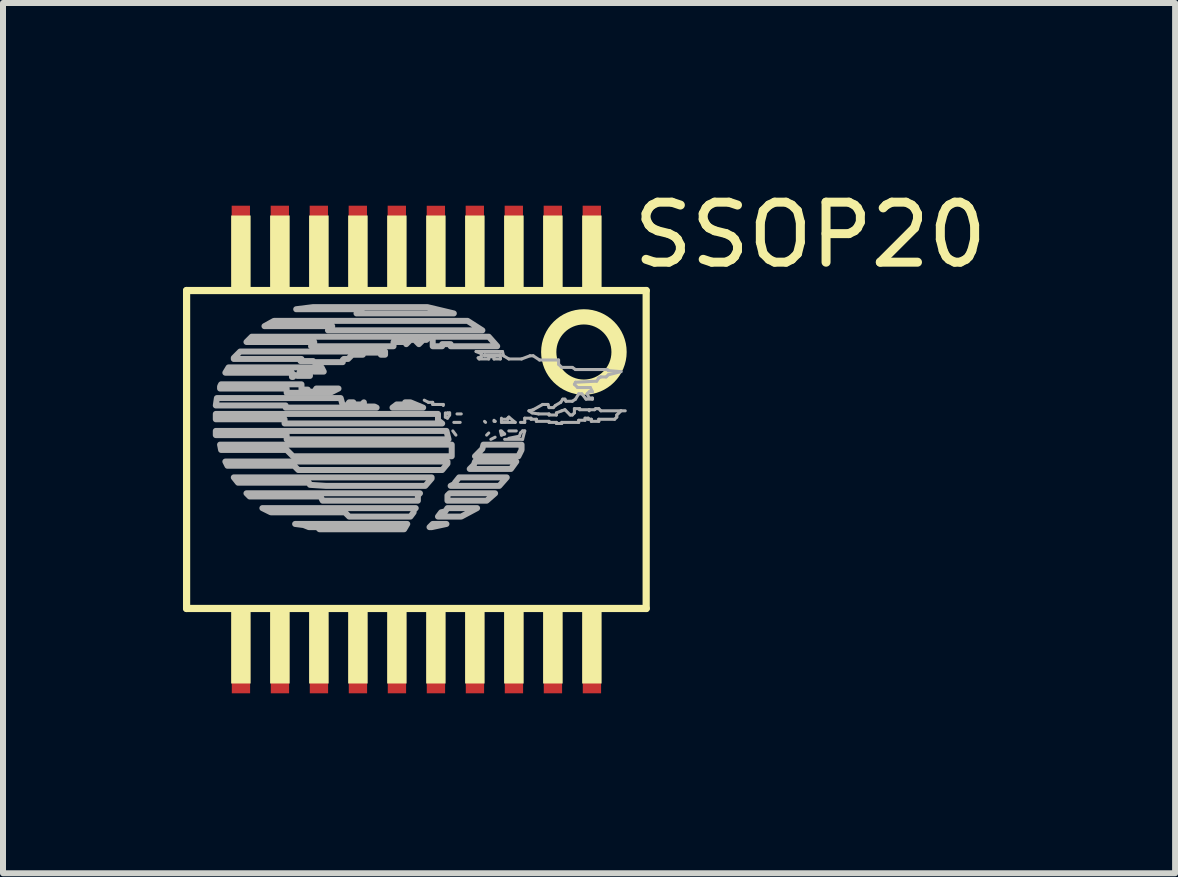
<source format=kicad_pcb>
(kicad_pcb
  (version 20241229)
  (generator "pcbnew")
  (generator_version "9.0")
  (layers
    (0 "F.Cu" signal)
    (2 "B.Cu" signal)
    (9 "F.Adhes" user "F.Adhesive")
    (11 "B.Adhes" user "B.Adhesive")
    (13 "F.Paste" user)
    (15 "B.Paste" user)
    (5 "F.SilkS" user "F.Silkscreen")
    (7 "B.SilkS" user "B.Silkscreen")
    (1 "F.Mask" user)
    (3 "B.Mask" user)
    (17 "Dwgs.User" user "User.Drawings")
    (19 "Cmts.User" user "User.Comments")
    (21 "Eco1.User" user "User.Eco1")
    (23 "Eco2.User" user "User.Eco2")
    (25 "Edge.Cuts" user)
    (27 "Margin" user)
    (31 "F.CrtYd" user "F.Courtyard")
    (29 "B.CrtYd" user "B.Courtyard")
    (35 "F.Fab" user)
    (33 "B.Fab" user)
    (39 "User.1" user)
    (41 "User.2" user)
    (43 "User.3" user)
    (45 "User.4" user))
  (footprint "SSOP20"
    (layer "F.Cu")
    (at 3.89 4.442)
    (property "Reference" "SSOP20" (at 3.539 -2.992 180) (layer "F.SilkS") (effects (font (size 1 1) (thickness 0.15)) (justify left bottom)))
    (attr through_hole)
    (fp_line (start -3.83 -2.65) (end -3.83 2.65) (stroke (width 0.12) (type solid)) (layer "F.SilkS"))
    (fp_line (start -3.83 -2.65) (end 3.83 -2.65) (stroke (width 0.12) (type solid)) (layer "F.SilkS"))
    (fp_line (start -3.83 2.65) (end 3.83 2.65) (stroke (width 0.12) (type solid)) (layer "F.SilkS"))
    (fp_line (start 3.83 2.65) (end 3.83 -2.65) (stroke (width 0.12) (type solid)) (layer "F.SilkS"))
    (fp_circle (center 2.792 -1.625) (end 3.378 -1.625) (stroke (width 0.254) (type solid)) (fill no) (layer "F.SilkS"))
    (fp_poly (pts (xy -3.087 -2.6) (xy -2.763 -2.6) (xy -2.763 -3.9) (xy -3.087 -3.9)) (stroke (width 0) (type solid)) (fill yes) (layer "F.SilkS"))
    (fp_poly (pts (xy -3.087 3.9) (xy -2.763 3.9) (xy -2.763 2.6) (xy -3.087 2.6)) (stroke (width 0) (type solid)) (fill yes) (layer "F.SilkS"))
    (fp_poly (pts (xy -2.438 -2.6) (xy -2.112 -2.6) (xy -2.112 -3.9) (xy -2.438 -3.9)) (stroke (width 0) (type solid)) (fill yes) (layer "F.SilkS"))
    (fp_poly (pts (xy -2.438 3.9) (xy -2.112 3.9) (xy -2.112 2.6) (xy -2.438 2.6)) (stroke (width 0) (type solid)) (fill yes) (layer "F.SilkS"))
    (fp_poly (pts (xy -1.788 -2.6) (xy -1.462 -2.6) (xy -1.462 -3.9) (xy -1.788 -3.9)) (stroke (width 0) (type solid)) (fill yes) (layer "F.SilkS"))
    (fp_poly (pts (xy -1.788 3.9) (xy -1.462 3.9) (xy -1.462 2.6) (xy -1.788 2.6)) (stroke (width 0) (type solid)) (fill yes) (layer "F.SilkS"))
    (fp_poly (pts (xy -1.137 -2.6) (xy -0.812 -2.6) (xy -0.812 -3.9) (xy -1.137 -3.9)) (stroke (width 0) (type solid)) (fill yes) (layer "F.SilkS"))
    (fp_poly (pts (xy -1.137 3.9) (xy -0.812 3.9) (xy -0.812 2.6) (xy -1.137 2.6)) (stroke (width 0) (type solid)) (fill yes) (layer "F.SilkS"))
    (fp_poly (pts (xy -0.487 -2.6) (xy -0.163 -2.6) (xy -0.163 -3.9) (xy -0.487 -3.9)) (stroke (width 0) (type solid)) (fill yes) (layer "F.SilkS"))
    (fp_poly (pts (xy -0.487 3.9) (xy -0.163 3.9) (xy -0.163 2.6) (xy -0.487 2.6)) (stroke (width 0) (type solid)) (fill yes) (layer "F.SilkS"))
    (fp_poly (pts (xy 0.163 -2.6) (xy 0.487 -2.6) (xy 0.487 -3.9) (xy 0.163 -3.9)) (stroke (width 0) (type solid)) (fill yes) (layer "F.SilkS"))
    (fp_poly (pts (xy 0.163 3.9) (xy 0.487 3.9) (xy 0.487 2.6) (xy 0.163 2.6)) (stroke (width 0) (type solid)) (fill yes) (layer "F.SilkS"))
    (fp_poly (pts (xy 0.812 -2.6) (xy 1.137 -2.6) (xy 1.137 -3.9) (xy 0.812 -3.9)) (stroke (width 0) (type solid)) (fill yes) (layer "F.SilkS"))
    (fp_poly (pts (xy 0.812 3.9) (xy 1.137 3.9) (xy 1.137 2.6) (xy 0.812 2.6)) (stroke (width 0) (type solid)) (fill yes) (layer "F.SilkS"))
    (fp_poly (pts (xy 1.462 -2.6) (xy 1.788 -2.6) (xy 1.788 -3.9) (xy 1.462 -3.9)) (stroke (width 0) (type solid)) (fill yes) (layer "F.SilkS"))
    (fp_poly (pts (xy 1.462 3.9) (xy 1.788 3.9) (xy 1.788 2.6) (xy 1.462 2.6)) (stroke (width 0) (type solid)) (fill yes) (layer "F.SilkS"))
    (fp_poly (pts (xy 2.112 -2.6) (xy 2.438 -2.6) (xy 2.438 -3.9) (xy 2.112 -3.9)) (stroke (width 0) (type solid)) (fill yes) (layer "F.SilkS"))
    (fp_poly (pts (xy 2.112 3.9) (xy 2.438 3.9) (xy 2.438 2.6) (xy 2.112 2.6)) (stroke (width 0) (type solid)) (fill yes) (layer "F.SilkS"))
    (fp_poly (pts (xy 2.763 -2.6) (xy 3.087 -2.6) (xy 3.087 -3.9) (xy 2.763 -3.9)) (stroke (width 0) (type solid)) (fill yes) (layer "F.SilkS"))
    (fp_poly (pts (xy 2.763 3.9) (xy 3.087 3.9) (xy 3.087 2.6) (xy 2.763 2.6)) (stroke (width 0) (type solid)) (fill yes) (layer "F.SilkS"))
    (fp_line (start 0.201 -0.786) (end 0.131 -0.822) (stroke (width 0.051) (type solid)) (layer "F.Fab"))
    (fp_line (start 0.272 -0.786) (end 0.201 -0.786) (stroke (width 0.051) (type solid)) (layer "F.Fab"))
    (fp_line (start 0.272 -0.751) (end 0.272 -0.786) (stroke (width 0.051) (type solid)) (layer "F.Fab"))
    (fp_line (start 0.448 -0.751) (end 0.272 -0.751) (stroke (width 0.051) (type solid)) (layer "F.Fab"))
    (fp_line (start 0.448 -0.734) (end 0.448 -0.751) (stroke (width 0.051) (type solid)) (layer "F.Fab"))
    (fp_line (start 0.483 -0.61) (end 0.483 -0.54) (stroke (width 0.051) (type solid)) (layer "F.Fab"))
    (fp_line (start 0.483 -0.54) (end 0.518 -0.522) (stroke (width 0.051) (type solid)) (layer "F.Fab"))
    (fp_line (start 0.518 -0.61) (end 0.518 -0.593) (stroke (width 0.051) (type solid)) (layer "F.Fab"))
    (fp_line (start 0.518 -0.522) (end 0.554 -0.575) (stroke (width 0.051) (type solid)) (layer "F.Fab"))
    (fp_line (start 0.554 -0.61) (end 0.518 -0.61) (stroke (width 0.051) (type solid)) (layer "F.Fab"))
    (fp_line (start 0.554 -0.575) (end 0.554 -0.61) (stroke (width 0.051) (type solid)) (layer "F.Fab"))
    (fp_line (start 0.607 -0.31) (end 0.659 -0.24) (stroke (width 0.051) (type solid)) (layer "F.Fab"))
    (fp_line (start 0.624 -0.452) (end 0.73 -0.452) (stroke (width 0.051) (type solid)) (layer "F.Fab"))
    (fp_line (start 0.677 -0.593) (end 0.748 -0.593) (stroke (width 0.051) (type solid)) (layer "F.Fab"))
    (fp_line (start 0.995 -1.633) (end 1.083 -1.598) (stroke (width 0.051) (type solid)) (layer "F.Fab"))
    (fp_line (start 1.03 -1.527) (end 1.047 -1.509) (stroke (width 0.051) (type solid)) (layer "F.Fab"))
    (fp_line (start 1.047 -1.509) (end 1.206 -1.509) (stroke (width 0.051) (type solid)) (layer "F.Fab"))
    (fp_line (start 1.083 -1.598) (end 1.083 -1.545) (stroke (width 0.051) (type solid)) (layer "F.Fab"))
    (fp_line (start 1.083 -1.545) (end 1.03 -1.527) (stroke (width 0.051) (type solid)) (layer "F.Fab"))
    (fp_line (start 1.136 -1.58) (end 1.136 -1.562) (stroke (width 0.051) (type solid)) (layer "F.Fab"))
    (fp_line (start 1.136 -1.562) (end 1.365 -1.562) (stroke (width 0.051) (type solid)) (layer "F.Fab"))
    (fp_line (start 1.136 -0.469) (end 1.153 -0.452) (stroke (width 0.051) (type solid)) (layer "F.Fab"))
    (fp_line (start 1.206 -1.545) (end 1.294 -1.545) (stroke (width 0.051) (type solid)) (layer "F.Fab"))
    (fp_line (start 1.206 -1.509) (end 1.206 -1.545) (stroke (width 0.051) (type solid)) (layer "F.Fab"))
    (fp_line (start 1.206 -0.275) (end 1.171 -0.24) (stroke (width 0.051) (type solid)) (layer "F.Fab"))
    (fp_line (start 1.241 -0.169) (end 1.312 -0.205) (stroke (width 0.051) (type solid)) (layer "F.Fab"))
    (fp_line (start 1.294 -1.545) (end 1.294 -1.509) (stroke (width 0.051) (type solid)) (layer "F.Fab"))
    (fp_line (start 1.294 -1.509) (end 1.4 -1.509) (stroke (width 0.051) (type solid)) (layer "F.Fab"))
    (fp_line (start 1.294 -0.487) (end 1.312 -0.469) (stroke (width 0.051) (type solid)) (layer "F.Fab"))
    (fp_line (start 1.312 -0.469) (end 1.294 -0.469) (stroke (width 0.051) (type solid)) (layer "F.Fab"))
    (fp_line (start 1.4 -1.58) (end 1.136 -1.58) (stroke (width 0.051) (type solid)) (layer "F.Fab"))
    (fp_line (start 1.4 -1.509) (end 1.4 -1.58) (stroke (width 0.051) (type solid)) (layer "F.Fab"))
    (fp_line (start 1.4 -0.31) (end 1.418 -0.24) (stroke (width 0.051) (type solid)) (layer "F.Fab"))
    (fp_line (start 1.418 -0.522) (end 1.418 -0.452) (stroke (width 0.051) (type solid)) (layer "F.Fab"))
    (fp_line (start 1.418 -0.452) (end 1.647 -0.452) (stroke (width 0.051) (type solid)) (layer "F.Fab"))
    (fp_line (start 1.418 -0.24) (end 1.471 -0.258) (stroke (width 0.051) (type solid)) (layer "F.Fab"))
    (fp_line (start 1.435 -1.633) (end 0.995 -1.633) (stroke (width 0.051) (type solid)) (layer "F.Fab"))
    (fp_line (start 1.453 -1.562) (end 1.435 -1.633) (stroke (width 0.051) (type solid)) (layer "F.Fab"))
    (fp_line (start 1.471 -0.258) (end 1.418 -0.31) (stroke (width 0.051) (type solid)) (layer "F.Fab"))
    (fp_line (start 1.471 -0.169) (end 1.77 -0.169) (stroke (width 0.051) (type solid)) (layer "F.Fab"))
    (fp_line (start 1.524 -0.522) (end 1.524 -0.504) (stroke (width 0.051) (type solid)) (layer "F.Fab"))
    (fp_line (start 1.524 -0.504) (end 1.453 -0.504) (stroke (width 0.051) (type solid)) (layer "F.Fab"))
    (fp_line (start 1.541 -1.509) (end 1.453 -1.562) (stroke (width 0.051) (type solid)) (layer "F.Fab"))
    (fp_line (start 1.541 -0.54) (end 1.524 -0.522) (stroke (width 0.051) (type solid)) (layer "F.Fab"))
    (fp_line (start 1.541 -0.31) (end 1.665 -0.31) (stroke (width 0.051) (type solid)) (layer "F.Fab"))
    (fp_line (start 1.647 -0.452) (end 1.541 -0.54) (stroke (width 0.051) (type solid)) (layer "F.Fab"))
    (fp_line (start 1.717 -0.222) (end 1.541 -0.187) (stroke (width 0.051) (type solid)) (layer "F.Fab"))
    (fp_line (start 1.735 -0.452) (end 1.806 -0.452) (stroke (width 0.051) (type solid)) (layer "F.Fab"))
    (fp_line (start 1.735 -0.275) (end 1.717 -0.222) (stroke (width 0.051) (type solid)) (layer "F.Fab"))
    (fp_line (start 1.753 -1.509) (end 1.541 -1.509) (stroke (width 0.051) (type solid)) (layer "F.Fab"))
    (fp_line (start 1.77 -0.31) (end 1.735 -0.275) (stroke (width 0.051) (type solid)) (layer "F.Fab"))
    (fp_line (start 1.77 -0.169) (end 1.806 -0.31) (stroke (width 0.051) (type solid)) (layer "F.Fab"))
    (fp_line (start 1.806 -0.522) (end 1.911 -0.522) (stroke (width 0.051) (type solid)) (layer "F.Fab"))
    (fp_line (start 1.806 -0.452) (end 1.806 -0.522) (stroke (width 0.051) (type solid)) (layer "F.Fab"))
    (fp_line (start 1.806 -0.31) (end 1.77 -0.31) (stroke (width 0.051) (type solid)) (layer "F.Fab"))
    (fp_line (start 1.876 -0.645) (end 1.947 -0.663) (stroke (width 0.051) (type solid)) (layer "F.Fab"))
    (fp_line (start 1.894 -1.562) (end 1.753 -1.509) (stroke (width 0.051) (type solid)) (layer "F.Fab"))
    (fp_line (start 1.911 -0.522) (end 1.911 -0.504) (stroke (width 0.051) (type solid)) (layer "F.Fab"))
    (fp_line (start 1.911 -0.504) (end 2 -0.504) (stroke (width 0.051) (type solid)) (layer "F.Fab"))
    (fp_line (start 1.929 -0.61) (end 1.876 -0.645) (stroke (width 0.051) (type solid)) (layer "F.Fab"))
    (fp_line (start 1.947 -1.562) (end 1.894 -1.562) (stroke (width 0.051) (type solid)) (layer "F.Fab"))
    (fp_line (start 1.947 -0.663) (end 2.105 -0.751) (stroke (width 0.051) (type solid)) (layer "F.Fab"))
    (fp_line (start 2 -0.504) (end 2 -0.469) (stroke (width 0.051) (type solid)) (layer "F.Fab"))
    (fp_line (start 2 -0.469) (end 2.211 -0.469) (stroke (width 0.051) (type solid)) (layer "F.Fab"))
    (fp_line (start 2.035 -0.593) (end 1.929 -0.61) (stroke (width 0.051) (type solid)) (layer "F.Fab"))
    (fp_line (start 2.052 -1.492) (end 1.947 -1.562) (stroke (width 0.051) (type solid)) (layer "F.Fab"))
    (fp_line (start 2.105 -0.751) (end 2.193 -0.751) (stroke (width 0.051) (type solid)) (layer "F.Fab"))
    (fp_line (start 2.193 -0.751) (end 2.211 -0.698) (stroke (width 0.051) (type solid)) (layer "F.Fab"))
    (fp_line (start 2.211 -0.698) (end 2.282 -0.698) (stroke (width 0.051) (type solid)) (layer "F.Fab"))
    (fp_line (start 2.211 -0.593) (end 2.035 -0.593) (stroke (width 0.051) (type solid)) (layer "F.Fab"))
    (fp_line (start 2.211 -0.575) (end 2.211 -0.593) (stroke (width 0.051) (type solid)) (layer "F.Fab"))
    (fp_line (start 2.211 -0.469) (end 2.211 -0.452) (stroke (width 0.051) (type solid)) (layer "F.Fab"))
    (fp_line (start 2.211 -0.452) (end 2.334 -0.452) (stroke (width 0.051) (type solid)) (layer "F.Fab"))
    (fp_line (start 2.282 -0.698) (end 2.317 -0.734) (stroke (width 0.051) (type solid)) (layer "F.Fab"))
    (fp_line (start 2.317 -0.734) (end 2.405 -0.786) (stroke (width 0.051) (type solid)) (layer "F.Fab"))
    (fp_line (start 2.334 -0.61) (end 2.334 -0.575) (stroke (width 0.051) (type solid)) (layer "F.Fab"))
    (fp_line (start 2.334 -0.575) (end 2.211 -0.575) (stroke (width 0.051) (type solid)) (layer "F.Fab"))
    (fp_line (start 2.334 -0.452) (end 2.334 -0.434) (stroke (width 0.051) (type solid)) (layer "F.Fab"))
    (fp_line (start 2.334 -0.434) (end 2.423 -0.434) (stroke (width 0.051) (type solid)) (layer "F.Fab"))
    (fp_line (start 2.37 -1.492) (end 2.052 -1.492) (stroke (width 0.051) (type solid)) (layer "F.Fab"))
    (fp_line (start 2.37 -1.421) (end 2.37 -1.492) (stroke (width 0.051) (type solid)) (layer "F.Fab"))
    (fp_line (start 2.405 -0.786) (end 2.44 -0.839) (stroke (width 0.051) (type solid)) (layer "F.Fab"))
    (fp_line (start 2.423 -1.368) (end 2.37 -1.421) (stroke (width 0.051) (type solid)) (layer "F.Fab"))
    (fp_line (start 2.423 -0.645) (end 2.334 -0.61) (stroke (width 0.051) (type solid)) (layer "F.Fab"))
    (fp_line (start 2.423 -0.452) (end 2.705 -0.452) (stroke (width 0.051) (type solid)) (layer "F.Fab"))
    (fp_line (start 2.423 -0.434) (end 2.423 -0.452) (stroke (width 0.051) (type solid)) (layer "F.Fab"))
    (fp_line (start 2.44 -0.839) (end 2.476 -0.839) (stroke (width 0.051) (type solid)) (layer "F.Fab"))
    (fp_line (start 2.476 -0.839) (end 2.493 -0.804) (stroke (width 0.051) (type solid)) (layer "F.Fab"))
    (fp_line (start 2.476 -0.663) (end 2.423 -0.645) (stroke (width 0.051) (type solid)) (layer "F.Fab"))
    (fp_line (start 2.493 -0.804) (end 2.599 -0.804) (stroke (width 0.051) (type solid)) (layer "F.Fab"))
    (fp_line (start 2.564 -0.575) (end 2.476 -0.663) (stroke (width 0.051) (type solid)) (layer "F.Fab"))
    (fp_line (start 2.599 -1.368) (end 2.423 -1.368) (stroke (width 0.051) (type solid)) (layer "F.Fab"))
    (fp_line (start 2.599 -0.804) (end 2.652 -0.839) (stroke (width 0.051) (type solid)) (layer "F.Fab"))
    (fp_line (start 2.599 -0.575) (end 2.564 -0.575) (stroke (width 0.051) (type solid)) (layer "F.Fab"))
    (fp_line (start 2.634 -1.086) (end 2.652 -1.121) (stroke (width 0.051) (type solid)) (layer "F.Fab"))
    (fp_line (start 2.634 -0.681) (end 2.634 -0.61) (stroke (width 0.051) (type solid)) (layer "F.Fab"))
    (fp_line (start 2.634 -0.61) (end 2.599 -0.575) (stroke (width 0.051) (type solid)) (layer "F.Fab"))
    (fp_line (start 2.652 -1.333) (end 2.599 -1.368) (stroke (width 0.051) (type solid)) (layer "F.Fab"))
    (fp_line (start 2.652 -1.121) (end 3.005 -1.139) (stroke (width 0.051) (type solid)) (layer "F.Fab"))
    (fp_line (start 2.652 -0.839) (end 2.705 -0.928) (stroke (width 0.051) (type solid)) (layer "F.Fab"))
    (fp_line (start 2.687 -1.033) (end 2.634 -1.086) (stroke (width 0.051) (type solid)) (layer "F.Fab"))
    (fp_line (start 2.705 -0.928) (end 2.758 -0.928) (stroke (width 0.051) (type solid)) (layer "F.Fab"))
    (fp_line (start 2.705 -0.487) (end 2.811 -0.487) (stroke (width 0.051) (type solid)) (layer "F.Fab"))
    (fp_line (start 2.705 -0.452) (end 2.705 -0.487) (stroke (width 0.051) (type solid)) (layer "F.Fab"))
    (fp_line (start 2.722 -0.681) (end 2.634 -0.681) (stroke (width 0.051) (type solid)) (layer "F.Fab"))
    (fp_line (start 2.722 -0.663) (end 2.722 -0.681) (stroke (width 0.051) (type solid)) (layer "F.Fab"))
    (fp_line (start 2.758 -0.928) (end 2.828 -0.839) (stroke (width 0.051) (type solid)) (layer "F.Fab"))
    (fp_line (start 2.811 -0.522) (end 2.864 -0.522) (stroke (width 0.051) (type solid)) (layer "F.Fab"))
    (fp_line (start 2.811 -0.487) (end 2.811 -0.522) (stroke (width 0.051) (type solid)) (layer "F.Fab"))
    (fp_line (start 2.828 -0.839) (end 2.934 -0.839) (stroke (width 0.051) (type solid)) (layer "F.Fab"))
    (fp_line (start 2.846 -0.928) (end 2.881 -0.963) (stroke (width 0.051) (type solid)) (layer "F.Fab"))
    (fp_line (start 2.864 -0.522) (end 2.864 -0.504) (stroke (width 0.051) (type solid)) (layer "F.Fab"))
    (fp_line (start 2.864 -0.504) (end 2.916 -0.504) (stroke (width 0.051) (type solid)) (layer "F.Fab"))
    (fp_line (start 2.881 -0.963) (end 2.934 -0.963) (stroke (width 0.051) (type solid)) (layer "F.Fab"))
    (fp_line (start 2.881 -0.857) (end 2.846 -0.928) (stroke (width 0.051) (type solid)) (layer "F.Fab"))
    (fp_line (start 2.881 -0.663) (end 2.722 -0.663) (stroke (width 0.051) (type solid)) (layer "F.Fab"))
    (fp_line (start 2.881 -0.645) (end 2.881 -0.663) (stroke (width 0.051) (type solid)) (layer "F.Fab"))
    (fp_line (start 2.899 -1.033) (end 2.687 -1.033) (stroke (width 0.051) (type solid)) (layer "F.Fab"))
    (fp_line (start 2.916 -0.504) (end 2.916 -0.469) (stroke (width 0.051) (type solid)) (layer "F.Fab"))
    (fp_line (start 2.916 -0.469) (end 3.04 -0.469) (stroke (width 0.051) (type solid)) (layer "F.Fab"))
    (fp_line (start 2.934 -0.963) (end 2.899 -1.033) (stroke (width 0.051) (type solid)) (layer "F.Fab"))
    (fp_line (start 2.934 -0.857) (end 2.881 -0.857) (stroke (width 0.051) (type solid)) (layer "F.Fab"))
    (fp_line (start 2.934 -0.839) (end 2.934 -0.857) (stroke (width 0.051) (type solid)) (layer "F.Fab"))
    (fp_line (start 2.969 -0.663) (end 2.881 -0.663) (stroke (width 0.051) (type solid)) (layer "F.Fab"))
    (fp_line (start 2.987 -0.681) (end 2.969 -0.663) (stroke (width 0.051) (type solid)) (layer "F.Fab"))
    (fp_line (start 3.005 -1.139) (end 3.04 -1.192) (stroke (width 0.051) (type solid)) (layer "F.Fab"))
    (fp_line (start 3.04 -1.192) (end 3.075 -1.21) (stroke (width 0.051) (type solid)) (layer "F.Fab"))
    (fp_line (start 3.04 -0.681) (end 2.987 -0.681) (stroke (width 0.051) (type solid)) (layer "F.Fab"))
    (fp_line (start 3.04 -0.504) (end 3.304 -0.504) (stroke (width 0.051) (type solid)) (layer "F.Fab"))
    (fp_line (start 3.04 -0.469) (end 3.04 -0.504) (stroke (width 0.051) (type solid)) (layer "F.Fab"))
    (fp_line (start 3.075 -1.21) (end 3.163 -1.21) (stroke (width 0.051) (type solid)) (layer "F.Fab"))
    (fp_line (start 3.075 -0.645) (end 3.04 -0.681) (stroke (width 0.051) (type solid)) (layer "F.Fab"))
    (fp_line (start 3.163 -1.21) (end 3.199 -1.245) (stroke (width 0.051) (type solid)) (layer "F.Fab"))
    (fp_line (start 3.181 -1.333) (end 2.652 -1.333) (stroke (width 0.051) (type solid)) (layer "F.Fab"))
    (fp_line (start 3.199 -1.315) (end 3.181 -1.333) (stroke (width 0.051) (type solid)) (layer "F.Fab"))
    (fp_line (start 3.199 -1.245) (end 3.41 -1.298) (stroke (width 0.051) (type solid)) (layer "F.Fab"))
    (fp_line (start 3.304 -0.504) (end 3.34 -0.54) (stroke (width 0.051) (type solid)) (layer "F.Fab"))
    (fp_line (start 3.34 -0.575) (end 3.375 -0.61) (stroke (width 0.051) (type solid)) (layer "F.Fab"))
    (fp_line (start 3.34 -0.54) (end 3.34 -0.575) (stroke (width 0.051) (type solid)) (layer "F.Fab"))
    (fp_line (start 3.375 -0.61) (end 3.41 -0.645) (stroke (width 0.051) (type solid)) (layer "F.Fab"))
    (fp_line (start 3.41 -1.298) (end 3.199 -1.315) (stroke (width 0.051) (type solid)) (layer "F.Fab"))
    (fp_line (start 3.41 -0.645) (end 3.075 -0.645) (stroke (width 0.051) (type solid)) (layer "F.Fab"))
    (fp_line (start 3.41 -0.645) (end 3.481 -0.645) (stroke (width 0.051) (type solid)) (layer "F.Fab"))
    (fp_poly (pts (xy 0.219 1.294) (xy 0.254 1.294) (xy 0.501 1.241) (xy 0.272 1.241)) (stroke (width 0.1) (type solid)) (fill no) (layer "F.Fab"))
    (fp_poly (pts (xy 0.518 0.853) (xy 1.171 0.853) (xy 1.312 0.73) (xy 0.554 0.73) (xy 0.518 0.765)) (stroke (width 0.1) (type solid)) (fill no) (layer "F.Fab"))
    (fp_poly (pts (xy 0.889 0.324) (xy 1.576 0.324) (xy 1.665 0.201) (xy 0.977 0.201) (xy 0.959 0.254)) (stroke (width 0.1) (type solid)) (fill no) (layer "F.Fab"))
    (fp_poly (pts (xy -3.343 -0.31) (xy 0.501 -0.31) (xy 0.536 -0.169) (xy -2.162 -0.169) (xy -2.162 -0.24) (xy -3.343 -0.24)) (stroke (width 0.1) (type solid)) (fill no) (layer "F.Fab"))
    (fp_poly (pts (xy 0.36 1.118) (xy 0.748 1.118) (xy 1.012 0.977) (xy 0.518 0.977) (xy 0.483 1.03) (xy 0.413 1.047)) (stroke (width 0.1) (type solid)) (fill no) (layer "F.Fab"))
    (fp_poly (pts (xy 0.571 0.606) (xy 1.382 0.606) (xy 1.506 0.465) (xy 0.712 0.465) (xy 0.642 0.553) (xy 0.642 0.571)) (stroke (width 0.1) (type solid)) (fill no) (layer "F.Fab"))
    (fp_poly (pts (xy 0.624 -2.268) (xy 0.183 -2.373) (xy -1.721 -2.373) (xy -2.003 -2.338) (xy -0.91 -2.338) (xy -0.998 -2.268)) (stroke (width 0.1) (type solid)) (fill no) (layer "F.Fab"))
    (fp_poly (pts (xy 0.977 0.113) (xy 1.7 0.113) (xy 1.753 0.007) (xy 1.753 -0.081) (xy 1.118 -0.081) (xy 1.1 -0.011)) (stroke (width 0.1) (type solid)) (fill no) (layer "F.Fab"))
    (fp_poly (pts (xy 1.1 -1.986) (xy 0.853 -2.144) (xy -2.373 -2.144) (xy -2.532 -2.056) (xy -1.403 -2.056) (xy -1.474 -1.986)) (stroke (width 0.1) (type solid)) (fill no) (layer "F.Fab"))
    (fp_poly (pts (xy -3.343 -0.504) (xy -3.343 -0.593) (xy 0.36 -0.593) (xy 0.36 -0.487) (xy 0.43 -0.434) (xy -2.197 -0.434) (xy -2.197 -0.504)) (stroke (width 0.1) (type solid)) (fill no) (layer "F.Fab"))
    (fp_poly (pts (xy -3.272 -0.081) (xy 0.589 -0.081) (xy 0.589 0.113) (xy -2.056 0.113) (xy -2.144 0.025) (xy -2.162 0.007) (xy -3.255 0.007)) (stroke (width 0.1) (type solid)) (fill no) (layer "F.Fab"))
    (fp_poly (pts (xy -3.184 0.201) (xy 0.518 0.201) (xy 0.518 0.236) (xy 0.43 0.342) (xy -1.968 0.342) (xy -2.038 0.271) (xy -3.149 0.271)) (stroke (width 0.1) (type solid)) (fill no) (layer "F.Fab"))
    (fp_poly (pts (xy -2.832 0.73) (xy 0.06 0.73) (xy 0.025 0.765) (xy 0.025 0.853) (xy -1.562 0.853) (xy -1.597 0.783) (xy -2.779 0.783)) (stroke (width 0.1) (type solid)) (fill no) (layer "F.Fab"))
    (fp_poly (pts (xy -2.021 1.241) (xy -0.152 1.241) (xy -0.204 1.329) (xy -1.615 1.329) (xy -1.65 1.294) (xy -1.791 1.294) (xy -1.879 1.259)) (stroke (width 0.1) (type solid)) (fill no) (layer "F.Fab"))
    (fp_poly (pts (xy -3.043 0.465) (xy 0.254 0.465) (xy 0.254 0.483) (xy 0.148 0.606) (xy -1.509 0.606) (xy -1.774 0.589) (xy -1.791 0.553) (xy -2.973 0.553)) (stroke (width 0.1) (type solid)) (fill no) (layer "F.Fab"))
    (fp_poly (pts (xy -2.567 0.977) (xy -0.011 0.977) (xy -0.046 1.012) (xy -0.046 1.047) (xy -0.099 1.118) (xy -1.121 1.118) (xy -1.192 1.047) (xy -2.426 1.047)) (stroke (width 0.1) (type solid)) (fill no) (layer "F.Fab"))
    (fp_poly (pts (xy -1.298 -1.016) (xy -1.668 -1.016) (xy -1.703 -0.963) (xy -1.809 -0.963) (xy -1.809 -0.998) (xy -1.915 -0.998) (xy -1.915 -1.086) (xy -3.255 -1.086) (xy -3.272 -1.051) (xy -3.272 -1.016) (xy -2.162 -1.016) (xy -2.162 -0.945) (xy -1.439 -0.945)) (stroke (width 0.1) (type solid)) (fill no) (layer "F.Fab"))
    (fp_poly (pts (xy -1.544 -1.298) (xy -1.703 -1.298) (xy -1.738 -1.333) (xy -1.809 -1.333) (xy -1.932 -1.315) (xy -1.95 -1.28) (xy -1.95 -1.245) (xy -1.774 -1.245) (xy -1.774 -1.227) (xy -1.985 -1.227) (xy -2.038 -1.245) (xy -2.056 -1.21) (xy -2.074 -1.21) (xy -2.074 -1.28) (xy -3.184 -1.28) (xy -3.131 -1.368) (xy -1.58 -1.368)) (stroke (width 0.1) (type solid)) (fill no) (layer "F.Fab"))
    (fp_poly (pts (xy -0.522 -1.58) (xy -0.522 -1.633) (xy -2.937 -1.633) (xy -3.043 -1.527) (xy -3.043 -1.509) (xy -1.915 -1.509) (xy -1.932 -1.474) (xy -1.721 -1.474) (xy -1.703 -1.456) (xy -1.227 -1.456) (xy -1.227 -1.492) (xy -1.21 -1.509) (xy -1.139 -1.509) (xy -1.068 -1.58) (xy -0.892 -1.58) (xy -0.892 -1.598) (xy -0.875 -1.615) (xy -0.592 -1.615) (xy -0.592 -1.58)) (stroke (width 0.1) (type solid)) (fill no) (layer "F.Fab"))
    (fp_poly (pts (xy -3.325 -0.857) (xy -1.262 -0.857) (xy -1.227 -0.734) (xy -1.157 -0.734) (xy -1.121 -0.786) (xy -1.051 -0.786) (xy -1.033 -0.751) (xy -0.91 -0.751) (xy -0.875 -0.786) (xy -0.875 -0.716) (xy -0.698 -0.716) (xy -0.663 -0.698) (xy -0.398 -0.698) (xy -0.328 -0.751) (xy -0.187 -0.751) (xy -0.187 -0.786) (xy -0.099 -0.786) (xy 0.113 -0.698) (xy -2.179 -0.698) (xy -2.179 -0.734) (xy -3.343 -0.734)) (stroke (width 0.1) (type solid)) (fill no) (layer "F.Fab"))
    (fp_poly (pts (xy 1.347 -1.721) (xy 1.206 -1.88) (xy -2.744 -1.88) (xy -2.832 -1.792) (xy -1.703 -1.792) (xy -1.703 -1.774) (xy -1.756 -1.721) (xy -0.381 -1.721) (xy -0.381 -1.792) (xy -0.169 -1.792) (xy -0.169 -1.756) (xy -0.099 -1.827) (xy -0.028 -1.827) (xy 0.042 -1.756) (xy 0.113 -1.827) (xy 0.166 -1.827) (xy 0.201 -1.862) (xy 0.272 -1.862) (xy 0.272 -1.721) (xy 0.43 -1.721) (xy 0.43 -1.756) (xy 0.571 -1.756) (xy 0.571 -1.721)) (stroke (width 0.1) (type solid)) (fill no) (layer "F.Fab"))
    (pad "1" smd rect (at 2.924 -3.441) (size 0.305 1.245) (layers "F.Cu" "F.Mask" "F.Paste"))
    (pad "2" smd rect (at 2.274 -3.441) (size 0.305 1.245) (layers "F.Cu" "F.Mask" "F.Paste"))
    (pad "3" smd rect (at 1.624 -3.441) (size 0.305 1.245) (layers "F.Cu" "F.Mask" "F.Paste"))
    (pad "4" smd rect (at 0.974 -3.441) (size 0.305 1.245) (layers "F.Cu" "F.Mask" "F.Paste"))
    (pad "5" smd rect (at 0.325 -3.44) (size 0.305 1.245) (layers "F.Cu" "F.Mask" "F.Paste"))
    (pad "6" smd rect (at -0.326 -3.441) (size 0.305 1.245) (layers "F.Cu" "F.Mask" "F.Paste"))
    (pad "7" smd rect (at -0.976 -3.441) (size 0.305 1.245) (layers "F.Cu" "F.Mask" "F.Paste"))
    (pad "8" smd rect (at -1.626 -3.441) (size 0.305 1.245) (layers "F.Cu" "F.Mask" "F.Paste"))
    (pad "9" smd rect (at -2.276 -3.441) (size 0.305 1.245) (layers "F.Cu" "F.Mask" "F.Paste"))
    (pad "10" smd rect (at -2.926 -3.441) (size 0.305 1.245) (layers "F.Cu" "F.Mask" "F.Paste"))
    (pad "11" smd rect (at -2.924 3.441) (size 0.305 1.245) (layers "F.Cu" "F.Mask" "F.Paste"))
    (pad "12" smd rect (at -2.274 3.441) (size 0.305 1.245) (layers "F.Cu" "F.Mask" "F.Paste"))
    (pad "13" smd rect (at -1.624 3.441) (size 0.305 1.245) (layers "F.Cu" "F.Mask" "F.Paste"))
    (pad "14" smd rect (at -0.974 3.441) (size 0.305 1.245) (layers "F.Cu" "F.Mask" "F.Paste"))
    (pad "15" smd rect (at -0.324 3.441) (size 0.305 1.245) (layers "F.Cu" "F.Mask" "F.Paste"))
    (pad "16" smd rect (at 0.326 3.441) (size 0.305 1.245) (layers "F.Cu" "F.Mask" "F.Paste"))
    (pad "17" smd rect (at 0.976 3.441) (size 0.305 1.245) (layers "F.Cu" "F.Mask" "F.Paste"))
    (pad "18" smd rect (at 1.626 3.441) (size 0.305 1.245) (layers "F.Cu" "F.Mask" "F.Paste"))
    (pad "19" smd rect (at 2.276 3.441) (size 0.305 1.245) (layers "F.Cu" "F.Mask" "F.Paste"))
    (pad "20" smd rect (at 2.926 3.441) (size 0.305 1.245) (layers "F.Cu" "F.Mask" "F.Paste")))
  (gr_rect
    (start -3 -3)
    (end 16.536 11.505)
    (stroke (width 0.1) (type default))
    (fill no)
    (layer "Edge.Cuts")))
</source>
